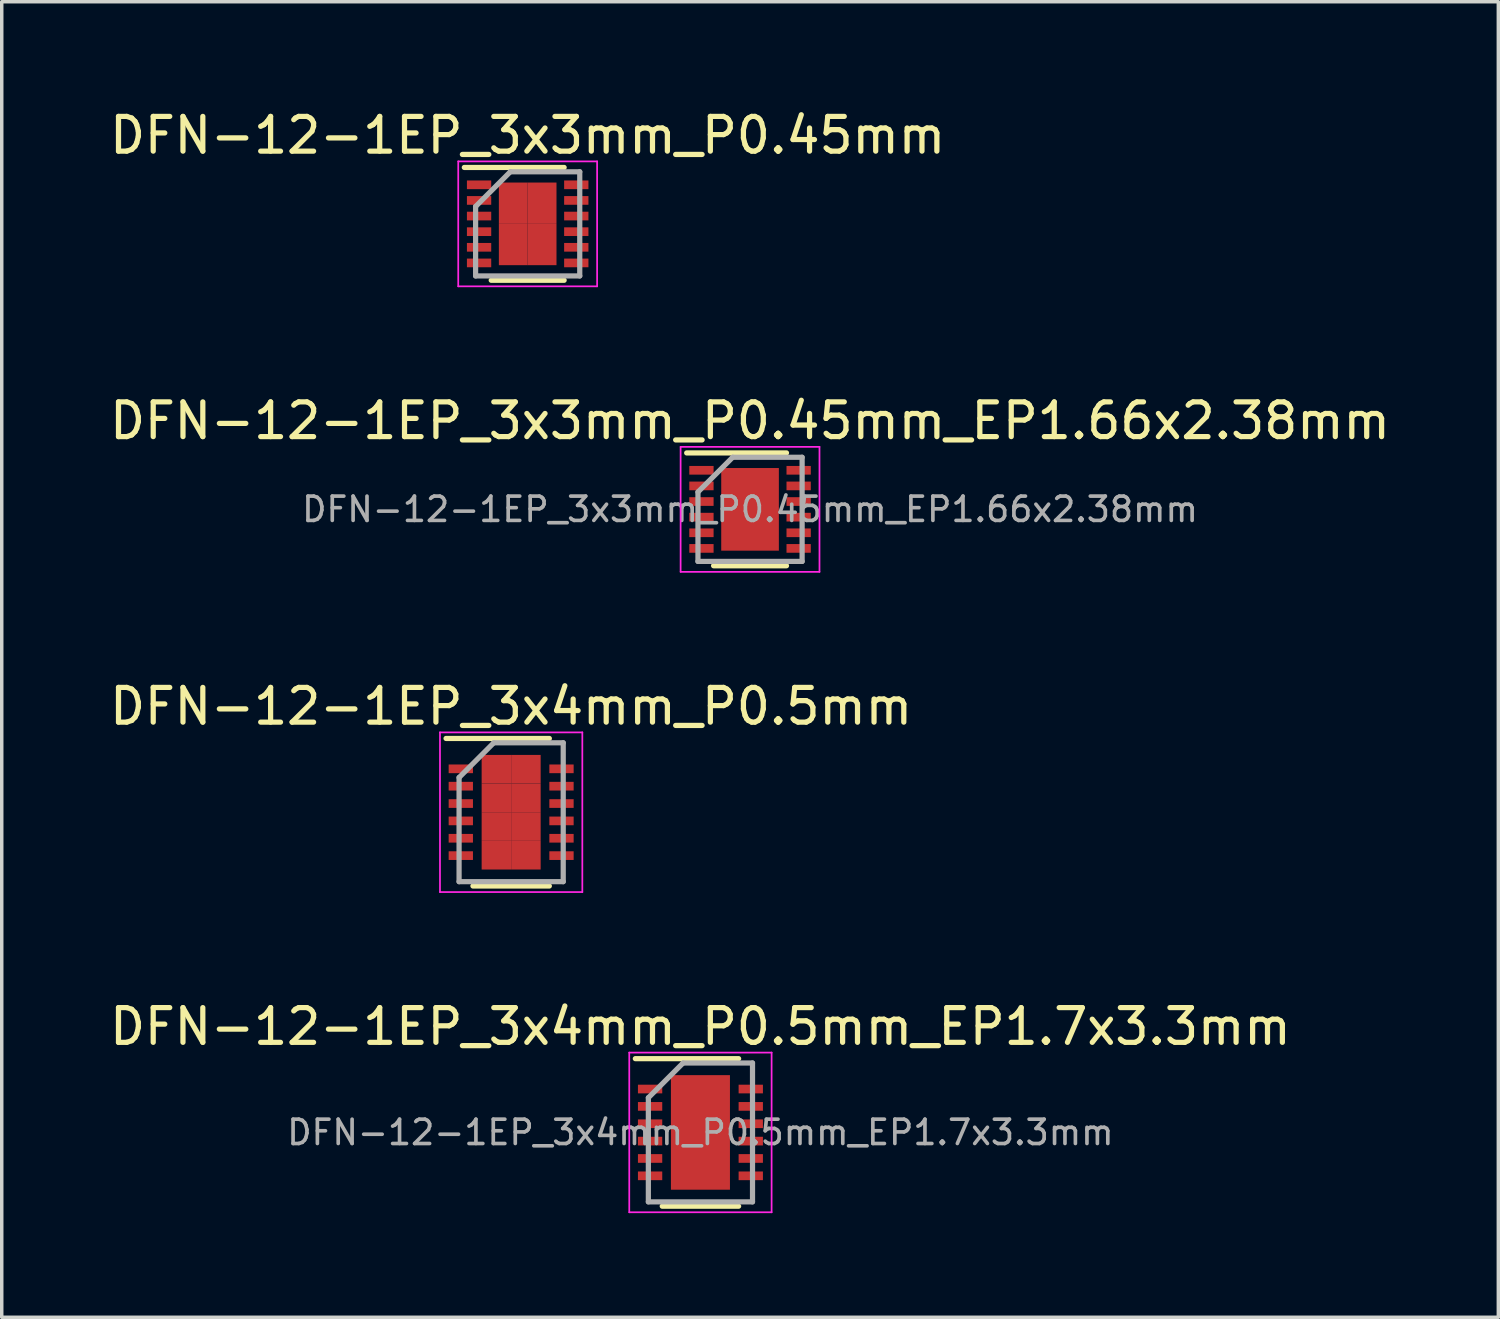
<source format=kicad_pcb>
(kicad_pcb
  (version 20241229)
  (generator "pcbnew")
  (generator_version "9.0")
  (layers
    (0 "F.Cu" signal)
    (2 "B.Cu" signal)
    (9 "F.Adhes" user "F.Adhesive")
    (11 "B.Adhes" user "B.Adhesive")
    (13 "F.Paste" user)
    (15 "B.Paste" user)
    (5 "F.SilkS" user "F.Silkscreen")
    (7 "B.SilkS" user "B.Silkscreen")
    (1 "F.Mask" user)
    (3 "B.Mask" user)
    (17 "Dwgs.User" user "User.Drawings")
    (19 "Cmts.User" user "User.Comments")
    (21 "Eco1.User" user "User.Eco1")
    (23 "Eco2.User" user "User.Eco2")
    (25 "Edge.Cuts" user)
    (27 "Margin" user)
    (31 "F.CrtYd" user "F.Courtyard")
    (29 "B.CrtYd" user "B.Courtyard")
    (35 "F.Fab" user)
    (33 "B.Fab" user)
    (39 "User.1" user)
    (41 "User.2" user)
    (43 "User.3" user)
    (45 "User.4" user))
  (footprint "DFN-12-1EP_3x3mm_P0.45mm"
    (layer "F.Cu")
    (at 12.149 3.398)
    (property "Reference" "DFN-12-1EP_3x3mm_P0.45mm" (at 0 -2.55 0) (layer "F.SilkS") (effects (font (size 1 1) (thickness 0.15))))
    (attr smd)
    (fp_line (start -1.825 -1.625) (end 1.05 -1.625) (stroke (width 0.15) (type solid)) (layer "F.SilkS"))
    (fp_line (start -1.05 1.625) (end 1.05 1.625) (stroke (width 0.15) (type solid)) (layer "F.SilkS"))
    (fp_line (start -2 -1.8) (end -2 1.8) (stroke (width 0.05) (type solid)) (layer "F.CrtYd"))
    (fp_line (start -2 -1.8) (end 2 -1.8) (stroke (width 0.05) (type solid)) (layer "F.CrtYd"))
    (fp_line (start -2 1.8) (end 2 1.8) (stroke (width 0.05) (type solid)) (layer "F.CrtYd"))
    (fp_line (start 2 -1.8) (end 2 1.8) (stroke (width 0.05) (type solid)) (layer "F.CrtYd"))
    (fp_line (start -1.5 -0.5) (end -0.5 -1.5) (stroke (width 0.15) (type solid)) (layer "F.Fab"))
    (fp_line (start -1.5 1.5) (end -1.5 -0.5) (stroke (width 0.15) (type solid)) (layer "F.Fab"))
    (fp_line (start -0.5 -1.5) (end 1.5 -1.5) (stroke (width 0.15) (type solid)) (layer "F.Fab"))
    (fp_line (start 1.5 -1.5) (end 1.5 1.5) (stroke (width 0.15) (type solid)) (layer "F.Fab"))
    (fp_line (start 1.5 1.5) (end -1.5 1.5) (stroke (width 0.15) (type solid)) (layer "F.Fab"))
    (pad "1" smd rect (at -1.4 -1.125) (size 0.7 0.25) (layers "F.Cu" "F.Mask" "F.Paste"))
    (pad "2" smd rect (at -1.4 -0.675) (size 0.7 0.25) (layers "F.Cu" "F.Mask" "F.Paste"))
    (pad "3" smd rect (at -1.4 -0.225) (size 0.7 0.25) (layers "F.Cu" "F.Mask" "F.Paste"))
    (pad "4" smd rect (at -1.4 0.225) (size 0.7 0.25) (layers "F.Cu" "F.Mask" "F.Paste"))
    (pad "5" smd rect (at -1.4 0.675) (size 0.7 0.25) (layers "F.Cu" "F.Mask" "F.Paste"))
    (pad "6" smd rect (at -1.4 1.125) (size 0.7 0.25) (layers "F.Cu" "F.Mask" "F.Paste"))
    (pad "7" smd rect (at 1.4 1.125) (size 0.7 0.25) (layers "F.Cu" "F.Mask" "F.Paste"))
    (pad "8" smd rect (at 1.4 0.675) (size 0.7 0.25) (layers "F.Cu" "F.Mask" "F.Paste"))
    (pad "9" smd rect (at 1.4 0.225) (size 0.7 0.25) (layers "F.Cu" "F.Mask" "F.Paste"))
    (pad "10" smd rect (at 1.4 -0.225) (size 0.7 0.25) (layers "F.Cu" "F.Mask" "F.Paste"))
    (pad "11" smd rect (at 1.4 -0.675) (size 0.7 0.25) (layers "F.Cu" "F.Mask" "F.Paste"))
    (pad "12" smd rect (at 1.4 -1.125) (size 0.7 0.25) (layers "F.Cu" "F.Mask" "F.Paste"))
    (pad "13" smd rect (at -0.415 -0.595) (size 0.83 1.19) (layers "F.Cu" "F.Mask" "F.Paste"))
    (pad "13" smd rect (at -0.415 0.595) (size 0.83 1.19) (layers "F.Cu" "F.Mask" "F.Paste"))
    (pad "13" smd rect (at 0.415 -0.595) (size 0.83 1.19) (layers "F.Cu" "F.Mask" "F.Paste"))
    (pad "13" smd rect (at 0.415 0.595) (size 0.83 1.19) (layers "F.Cu" "F.Mask" "F.Paste")))
  (footprint "DFN-12-1EP_3x4mm_P0.5mm_EP1.7x3.3mm"
    (layer "F.Cu")
    (at 17.125 29.568)
    (property "Reference" "DFN-12-1EP_3x4mm_P0.5mm_EP1.7x3.3mm" (at 0 -3.05 0) (layer "F.SilkS") (effects (font (size 1 1) (thickness 0.15))))
    (attr smd)
    (fp_line (start -1.875 -2.125) (end 1.1 -2.125) (stroke (width 0.15) (type solid)) (layer "F.SilkS"))
    (fp_line (start -1.1 2.125) (end 1.1 2.125) (stroke (width 0.15) (type solid)) (layer "F.SilkS"))
    (fp_line (start -2.05 -2.3) (end -2.05 2.3) (stroke (width 0.05) (type solid)) (layer "F.CrtYd"))
    (fp_line (start -2.05 -2.3) (end 2.05 -2.3) (stroke (width 0.05) (type solid)) (layer "F.CrtYd"))
    (fp_line (start -2.05 2.3) (end 2.05 2.3) (stroke (width 0.05) (type solid)) (layer "F.CrtYd"))
    (fp_line (start 2.05 -2.3) (end 2.05 2.3) (stroke (width 0.05) (type solid)) (layer "F.CrtYd"))
    (fp_line (start -1.5 -1) (end -0.5 -2) (stroke (width 0.15) (type solid)) (layer "F.Fab"))
    (fp_line (start -1.5 2) (end -1.5 -1) (stroke (width 0.15) (type solid)) (layer "F.Fab"))
    (fp_line (start -0.5 -2) (end 1.5 -2) (stroke (width 0.15) (type solid)) (layer "F.Fab"))
    (fp_line (start 1.5 -2) (end 1.5 2) (stroke (width 0.15) (type solid)) (layer "F.Fab"))
    (fp_line (start 1.5 2) (end -1.5 2) (stroke (width 0.15) (type solid)) (layer "F.Fab"))
    (fp_text user "${REFERENCE}" (at 0 0 0) (layer "F.Fab") (effects (font (size 0.7 0.7) (thickness 0.105))))
    (pad "" smd rect (at -0.425 -1.238) (size 0.685 0.67) (layers "F.Paste"))
    (pad "" smd rect (at -0.425 -0.412) (size 0.685 0.67) (layers "F.Paste"))
    (pad "" smd rect (at -0.425 0.412) (size 0.685 0.67) (layers "F.Paste"))
    (pad "" smd rect (at -0.425 1.238) (size 0.685 0.67) (layers "F.Paste"))
    (pad "" smd rect (at 0.425 -1.238) (size 0.685 0.67) (layers "F.Paste"))
    (pad "" smd rect (at 0.425 -0.412) (size 0.685 0.67) (layers "F.Paste"))
    (pad "" smd rect (at 0.425 0.412) (size 0.685 0.67) (layers "F.Paste"))
    (pad "" smd rect (at 0.425 1.238) (size 0.685 0.67) (layers "F.Paste"))
    (pad "1" smd rect (at -1.45 -1.25) (size 0.7 0.25) (layers "F.Cu" "F.Mask" "F.Paste"))
    (pad "2" smd rect (at -1.45 -0.75) (size 0.7 0.25) (layers "F.Cu" "F.Mask" "F.Paste"))
    (pad "3" smd rect (at -1.45 -0.25) (size 0.7 0.25) (layers "F.Cu" "F.Mask" "F.Paste"))
    (pad "4" smd rect (at -1.45 0.25) (size 0.7 0.25) (layers "F.Cu" "F.Mask" "F.Paste"))
    (pad "5" smd rect (at -1.45 0.75) (size 0.7 0.25) (layers "F.Cu" "F.Mask" "F.Paste"))
    (pad "6" smd rect (at -1.45 1.25) (size 0.7 0.25) (layers "F.Cu" "F.Mask" "F.Paste"))
    (pad "7" smd rect (at 1.45 1.25) (size 0.7 0.25) (layers "F.Cu" "F.Mask" "F.Paste"))
    (pad "8" smd rect (at 1.45 0.75) (size 0.7 0.25) (layers "F.Cu" "F.Mask" "F.Paste"))
    (pad "9" smd rect (at 1.45 0.25) (size 0.7 0.25) (layers "F.Cu" "F.Mask" "F.Paste"))
    (pad "10" smd rect (at 1.45 -0.25) (size 0.7 0.25) (layers "F.Cu" "F.Mask" "F.Paste"))
    (pad "11" smd rect (at 1.45 -0.75) (size 0.7 0.25) (layers "F.Cu" "F.Mask" "F.Paste"))
    (pad "12" smd rect (at 1.45 -1.25) (size 0.7 0.25) (layers "F.Cu" "F.Mask" "F.Paste"))
    (pad "13" smd rect (at 0 0) (size 1.7 3.3) (layers "F.Cu" "F.Mask")))
  (footprint "DFN-12-1EP_3x4mm_P0.5mm"
    (layer "F.Cu")
    (at 11.673 20.345)
    (property "Reference" "DFN-12-1EP_3x4mm_P0.5mm" (at 0 -3.05 0) (layer "F.SilkS") (effects (font (size 1 1) (thickness 0.15))))
    (attr smd)
    (fp_line (start -1.875 -2.125) (end 1.1 -2.125) (stroke (width 0.15) (type solid)) (layer "F.SilkS"))
    (fp_line (start -1.1 2.125) (end 1.1 2.125) (stroke (width 0.15) (type solid)) (layer "F.SilkS"))
    (fp_line (start -2.05 -2.3) (end -2.05 2.3) (stroke (width 0.05) (type solid)) (layer "F.CrtYd"))
    (fp_line (start -2.05 -2.3) (end 2.05 -2.3) (stroke (width 0.05) (type solid)) (layer "F.CrtYd"))
    (fp_line (start -2.05 2.3) (end 2.05 2.3) (stroke (width 0.05) (type solid)) (layer "F.CrtYd"))
    (fp_line (start 2.05 -2.3) (end 2.05 2.3) (stroke (width 0.05) (type solid)) (layer "F.CrtYd"))
    (fp_line (start -1.5 -1) (end -0.5 -2) (stroke (width 0.15) (type solid)) (layer "F.Fab"))
    (fp_line (start -1.5 2) (end -1.5 -1) (stroke (width 0.15) (type solid)) (layer "F.Fab"))
    (fp_line (start -0.5 -2) (end 1.5 -2) (stroke (width 0.15) (type solid)) (layer "F.Fab"))
    (fp_line (start 1.5 -2) (end 1.5 2) (stroke (width 0.15) (type solid)) (layer "F.Fab"))
    (fp_line (start 1.5 2) (end -1.5 2) (stroke (width 0.15) (type solid)) (layer "F.Fab"))
    (pad "1" smd rect (at -1.45 -1.25) (size 0.7 0.25) (layers "F.Cu" "F.Mask" "F.Paste"))
    (pad "2" smd rect (at -1.45 -0.75) (size 0.7 0.25) (layers "F.Cu" "F.Mask" "F.Paste"))
    (pad "3" smd rect (at -1.45 -0.25) (size 0.7 0.25) (layers "F.Cu" "F.Mask" "F.Paste"))
    (pad "4" smd rect (at -1.45 0.25) (size 0.7 0.25) (layers "F.Cu" "F.Mask" "F.Paste"))
    (pad "5" smd rect (at -1.45 0.75) (size 0.7 0.25) (layers "F.Cu" "F.Mask" "F.Paste"))
    (pad "6" smd rect (at -1.45 1.25) (size 0.7 0.25) (layers "F.Cu" "F.Mask" "F.Paste"))
    (pad "7" smd rect (at 1.45 1.25) (size 0.7 0.25) (layers "F.Cu" "F.Mask" "F.Paste"))
    (pad "8" smd rect (at 1.45 0.75) (size 0.7 0.25) (layers "F.Cu" "F.Mask" "F.Paste"))
    (pad "9" smd rect (at 1.45 0.25) (size 0.7 0.25) (layers "F.Cu" "F.Mask" "F.Paste"))
    (pad "10" smd rect (at 1.45 -0.25) (size 0.7 0.25) (layers "F.Cu" "F.Mask" "F.Paste"))
    (pad "11" smd rect (at 1.45 -0.75) (size 0.7 0.25) (layers "F.Cu" "F.Mask" "F.Paste"))
    (pad "12" smd rect (at 1.45 -1.25) (size 0.7 0.25) (layers "F.Cu" "F.Mask" "F.Paste"))
    (pad "13" smd rect (at -0.425 -1.238) (size 0.85 0.825) (layers "F.Cu" "F.Mask" "F.Paste"))
    (pad "13" smd rect (at -0.425 -0.412) (size 0.85 0.825) (layers "F.Cu" "F.Mask" "F.Paste"))
    (pad "13" smd rect (at -0.425 0.412) (size 0.85 0.825) (layers "F.Cu" "F.Mask" "F.Paste"))
    (pad "13" smd rect (at -0.425 1.238) (size 0.85 0.825) (layers "F.Cu" "F.Mask" "F.Paste"))
    (pad "13" smd rect (at 0.425 -1.238) (size 0.85 0.825) (layers "F.Cu" "F.Mask" "F.Paste"))
    (pad "13" smd rect (at 0.425 -0.412) (size 0.85 0.825) (layers "F.Cu" "F.Mask" "F.Paste"))
    (pad "13" smd rect (at 0.425 0.412) (size 0.85 0.825) (layers "F.Cu" "F.Mask" "F.Paste"))
    (pad "13" smd rect (at 0.425 1.238) (size 0.85 0.825) (layers "F.Cu" "F.Mask" "F.Paste")))
  (footprint "DFN-12-1EP_3x3mm_P0.45mm_EP1.66x2.38mm"
    (layer "F.Cu")
    (at 18.554 11.621)
    (property "Reference" "DFN-12-1EP_3x3mm_P0.45mm_EP1.66x2.38mm" (at 0 -2.55 0) (layer "F.SilkS") (effects (font (size 1 1) (thickness 0.15))))
    (attr smd)
    (fp_line (start -1.825 -1.625) (end 1.05 -1.625) (stroke (width 0.15) (type solid)) (layer "F.SilkS"))
    (fp_line (start -1.05 1.625) (end 1.05 1.625) (stroke (width 0.15) (type solid)) (layer "F.SilkS"))
    (fp_line (start -2 -1.8) (end -2 1.8) (stroke (width 0.05) (type solid)) (layer "F.CrtYd"))
    (fp_line (start -2 -1.8) (end 2 -1.8) (stroke (width 0.05) (type solid)) (layer "F.CrtYd"))
    (fp_line (start -2 1.8) (end 2 1.8) (stroke (width 0.05) (type solid)) (layer "F.CrtYd"))
    (fp_line (start 2 -1.8) (end 2 1.8) (stroke (width 0.05) (type solid)) (layer "F.CrtYd"))
    (fp_line (start -1.5 -0.5) (end -0.5 -1.5) (stroke (width 0.15) (type solid)) (layer "F.Fab"))
    (fp_line (start -1.5 1.5) (end -1.5 -0.5) (stroke (width 0.15) (type solid)) (layer "F.Fab"))
    (fp_line (start -0.5 -1.5) (end 1.5 -1.5) (stroke (width 0.15) (type solid)) (layer "F.Fab"))
    (fp_line (start 1.5 -1.5) (end 1.5 1.5) (stroke (width 0.15) (type solid)) (layer "F.Fab"))
    (fp_line (start 1.5 1.5) (end -1.5 1.5) (stroke (width 0.15) (type solid)) (layer "F.Fab"))
    (fp_text user "${REFERENCE}" (at 0 0 0) (layer "F.Fab") (effects (font (size 0.7 0.7) (thickness 0.105))))
    (pad "" smd rect (at -0.415 -0.595) (size 0.64 1) (layers "B.Paste"))
    (pad "" smd rect (at -0.415 0.595) (size 0.64 1) (layers "B.Paste"))
    (pad "" smd rect (at 0.415 -0.595) (size 0.64 1) (layers "B.Paste"))
    (pad "" smd rect (at 0.415 0.595) (size 0.64 1) (layers "B.Paste"))
    (pad "1" smd rect (at -1.4 -1.125) (size 0.7 0.25) (layers "F.Cu" "F.Mask" "F.Paste"))
    (pad "2" smd rect (at -1.4 -0.675) (size 0.7 0.25) (layers "F.Cu" "F.Mask" "F.Paste"))
    (pad "3" smd rect (at -1.4 -0.225) (size 0.7 0.25) (layers "F.Cu" "F.Mask" "F.Paste"))
    (pad "4" smd rect (at -1.4 0.225) (size 0.7 0.25) (layers "F.Cu" "F.Mask" "F.Paste"))
    (pad "5" smd rect (at -1.4 0.675) (size 0.7 0.25) (layers "F.Cu" "F.Mask" "F.Paste"))
    (pad "6" smd rect (at -1.4 1.125) (size 0.7 0.25) (layers "F.Cu" "F.Mask" "F.Paste"))
    (pad "7" smd rect (at 1.4 1.125) (size 0.7 0.25) (layers "F.Cu" "F.Mask" "F.Paste"))
    (pad "8" smd rect (at 1.4 0.675) (size 0.7 0.25) (layers "F.Cu" "F.Mask" "F.Paste"))
    (pad "9" smd rect (at 1.4 0.225) (size 0.7 0.25) (layers "F.Cu" "F.Mask" "F.Paste"))
    (pad "10" smd rect (at 1.4 -0.225) (size 0.7 0.25) (layers "F.Cu" "F.Mask" "F.Paste"))
    (pad "11" smd rect (at 1.4 -0.675) (size 0.7 0.25) (layers "F.Cu" "F.Mask" "F.Paste"))
    (pad "12" smd rect (at 1.4 -1.125) (size 0.7 0.25) (layers "F.Cu" "F.Mask" "F.Paste"))
    (pad "13" smd rect (at 0 0) (size 1.66 2.38) (layers "F.Cu" "F.Mask" "F.Paste")))
  (gr_rect
    (start -3 -3)
    (end 40.107 34.893)
    (stroke (width 0.1) (type default))
    (fill no)
    (layer "Edge.Cuts")))
</source>
